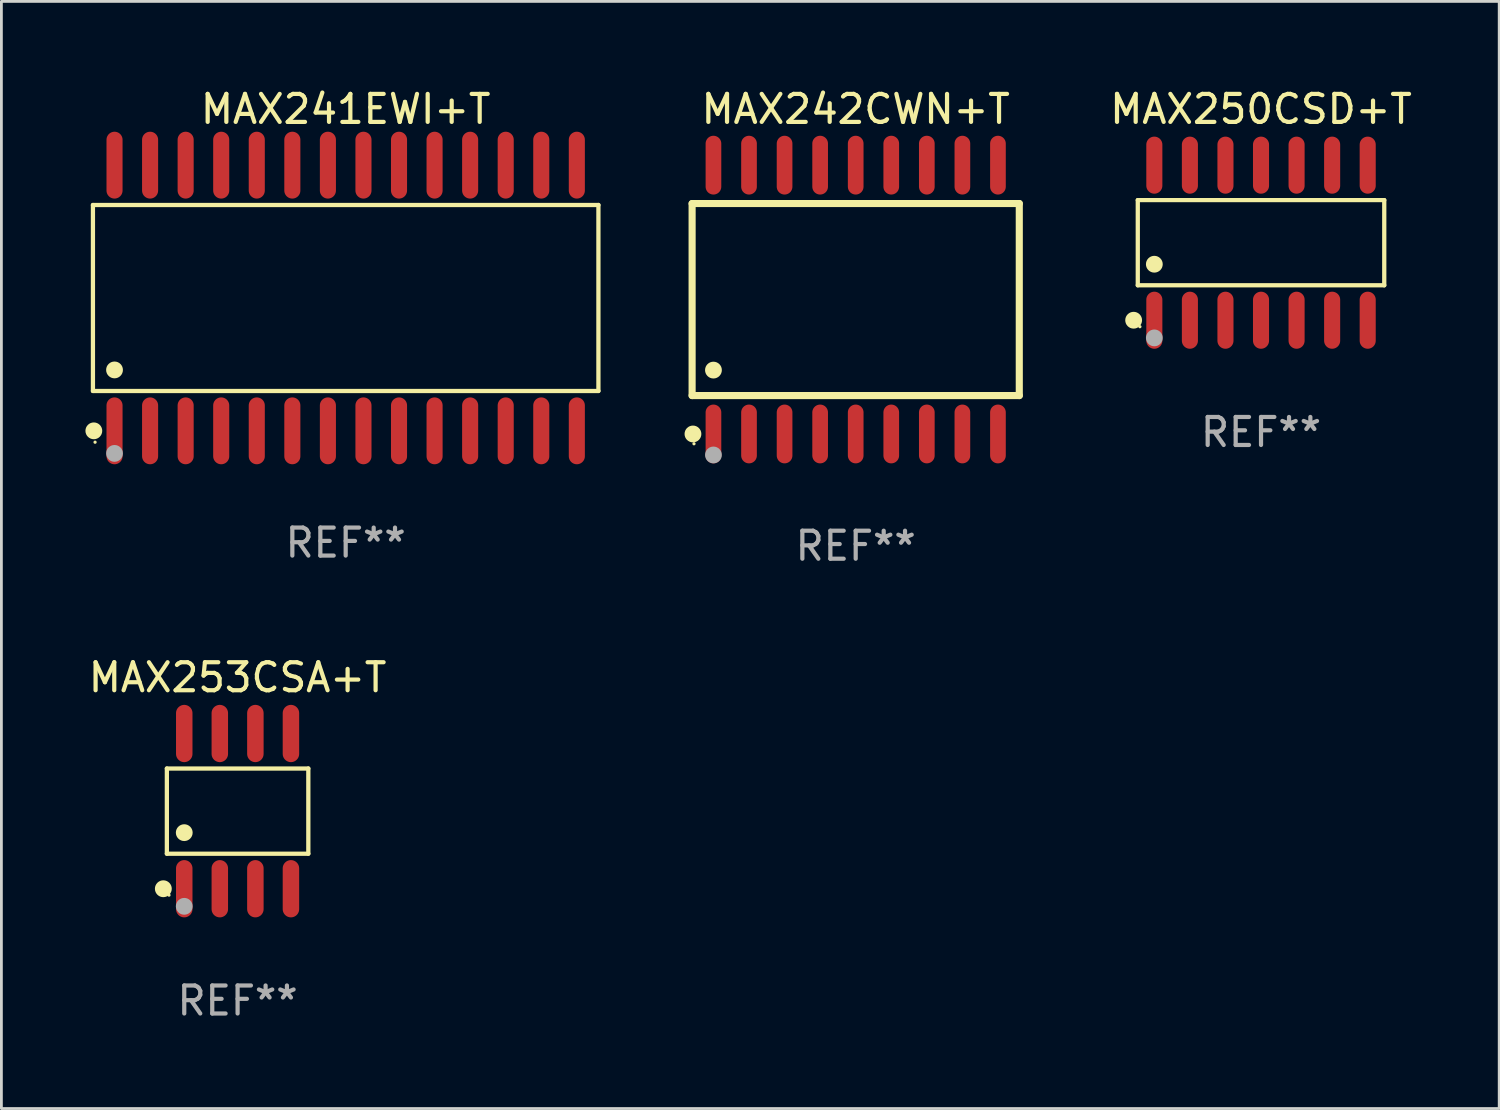
<source format=kicad_pcb>
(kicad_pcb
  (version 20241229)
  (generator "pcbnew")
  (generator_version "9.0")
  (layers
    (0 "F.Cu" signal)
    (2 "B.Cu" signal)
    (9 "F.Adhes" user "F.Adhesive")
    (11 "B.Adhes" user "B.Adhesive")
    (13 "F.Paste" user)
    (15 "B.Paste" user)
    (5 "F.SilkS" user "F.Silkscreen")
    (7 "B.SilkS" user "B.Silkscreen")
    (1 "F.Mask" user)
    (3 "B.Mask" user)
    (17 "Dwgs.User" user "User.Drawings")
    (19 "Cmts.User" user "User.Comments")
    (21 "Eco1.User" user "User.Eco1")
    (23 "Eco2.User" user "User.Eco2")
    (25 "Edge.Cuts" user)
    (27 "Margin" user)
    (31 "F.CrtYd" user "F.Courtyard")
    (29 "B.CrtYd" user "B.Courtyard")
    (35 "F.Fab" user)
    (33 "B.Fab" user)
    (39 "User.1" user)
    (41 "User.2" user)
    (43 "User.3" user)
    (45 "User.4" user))
  (footprint "MAX253CSA+T"
    (layer "F.Cu")
    (at 5.435 25.917)
    (property "Reference" "MAX253CSA+T" (at 0 -4.772 0) (layer "F.SilkS") (effects (font (size 1 1) (thickness 0.15))))
    (attr through_hole)
    (fp_line (start -2.526 -1.521) (end 2.526 -1.521) (stroke (width 0.152) (type solid)) (layer "F.SilkS"))
    (fp_line (start -2.526 1.521) (end -2.526 -1.521) (stroke (width 0.152) (type solid)) (layer "F.SilkS"))
    (fp_line (start 2.526 -1.521) (end 2.526 1.521) (stroke (width 0.152) (type solid)) (layer "F.SilkS"))
    (fp_line (start 2.526 1.521) (end -2.526 1.521) (stroke (width 0.152) (type solid)) (layer "F.SilkS"))
    (fp_circle (center -2.652 2.772) (end -2.501 2.772) (stroke (width 0.3) (type solid)) (fill no) (layer "F.SilkS"))
    (fp_circle (center -2.45 3) (end -2.42 3) (stroke (width 0.06) (type solid)) (fill no) (layer "F.SilkS"))
    (fp_circle (center -1.905 0.769) (end -1.755 0.769) (stroke (width 0.3) (type solid)) (fill no) (layer "F.SilkS"))
    (fp_circle (center -1.905 3.4) (end -1.755 3.4) (stroke (width 0.3) (type solid)) (fill no) (layer "F.Fab"))
    (fp_text user "REF**" (at 0 6.772 0) (layer "F.Fab") (effects (font (size 1 1) (thickness 0.15))))
    (pad "1" smd oval (at -1.905 2.772) (size 0.588 2.045) (layers "F.Cu" "F.Mask" "F.Paste"))
    (pad "2" smd oval (at -0.635 2.772) (size 0.588 2.045) (layers "F.Cu" "F.Mask" "F.Paste"))
    (pad "3" smd oval (at 0.635 2.772) (size 0.588 2.045) (layers "F.Cu" "F.Mask" "F.Paste"))
    (pad "4" smd oval (at 1.905 2.772) (size 0.588 2.045) (layers "F.Cu" "F.Mask" "F.Paste"))
    (pad "5" smd oval (at 1.905 -2.772) (size 0.588 2.045) (layers "F.Cu" "F.Mask" "F.Paste"))
    (pad "6" smd oval (at 0.635 -2.772) (size 0.588 2.045) (layers "F.Cu" "F.Mask" "F.Paste"))
    (pad "7" smd oval (at -0.635 -2.772) (size 0.588 2.045) (layers "F.Cu" "F.Mask" "F.Paste"))
    (pad "8" smd oval (at -1.905 -2.772) (size 0.588 2.045) (layers "F.Cu" "F.Mask" "F.Paste")))
  (footprint "MAX241EWI+T"
    (layer "F.Cu")
    (at 9.295 7.592)
    (property "Reference" "MAX241EWI+T" (at 0 -6.744 0) (layer "F.SilkS") (effects (font (size 1 1) (thickness 0.15))))
    (attr through_hole)
    (fp_line (start -9.026 -3.321) (end 9.026 -3.321) (stroke (width 0.152) (type solid)) (layer "F.SilkS"))
    (fp_line (start -9.026 3.321) (end -9.026 -3.321) (stroke (width 0.152) (type solid)) (layer "F.SilkS"))
    (fp_line (start 9.026 -3.321) (end 9.026 3.321) (stroke (width 0.152) (type solid)) (layer "F.SilkS"))
    (fp_line (start 9.026 3.321) (end -9.026 3.321) (stroke (width 0.152) (type solid)) (layer "F.SilkS"))
    (fp_circle (center -8.994 4.744) (end -8.844 4.744) (stroke (width 0.3) (type solid)) (fill no) (layer "F.SilkS"))
    (fp_circle (center -8.95 5.15) (end -8.92 5.15) (stroke (width 0.06) (type solid)) (fill no) (layer "F.SilkS"))
    (fp_circle (center -8.255 2.569) (end -8.105 2.569) (stroke (width 0.3) (type solid)) (fill no) (layer "F.SilkS"))
    (fp_circle (center -8.255 5.55) (end -8.105 5.55) (stroke (width 0.3) (type solid)) (fill no) (layer "F.Fab"))
    (fp_text user "REF**" (at 0 8.744 0) (layer "F.Fab") (effects (font (size 1 1) (thickness 0.15))))
    (pad "1" smd oval (at -8.255 4.744) (size 0.574 2.388) (layers "F.Cu" "F.Mask" "F.Paste"))
    (pad "2" smd oval (at -6.985 4.744) (size 0.574 2.388) (layers "F.Cu" "F.Mask" "F.Paste"))
    (pad "3" smd oval (at -5.715 4.744) (size 0.574 2.388) (layers "F.Cu" "F.Mask" "F.Paste"))
    (pad "4" smd oval (at -4.445 4.744) (size 0.574 2.388) (layers "F.Cu" "F.Mask" "F.Paste"))
    (pad "5" smd oval (at -3.175 4.744) (size 0.574 2.388) (layers "F.Cu" "F.Mask" "F.Paste"))
    (pad "6" smd oval (at -1.905 4.744) (size 0.574 2.388) (layers "F.Cu" "F.Mask" "F.Paste"))
    (pad "7" smd oval (at -0.635 4.744) (size 0.574 2.388) (layers "F.Cu" "F.Mask" "F.Paste"))
    (pad "8" smd oval (at 0.635 4.744) (size 0.574 2.388) (layers "F.Cu" "F.Mask" "F.Paste"))
    (pad "9" smd oval (at 1.905 4.744) (size 0.574 2.388) (layers "F.Cu" "F.Mask" "F.Paste"))
    (pad "10" smd oval (at 3.175 4.744) (size 0.574 2.388) (layers "F.Cu" "F.Mask" "F.Paste"))
    (pad "11" smd oval (at 4.445 4.744) (size 0.574 2.388) (layers "F.Cu" "F.Mask" "F.Paste"))
    (pad "12" smd oval (at 5.715 4.744) (size 0.574 2.388) (layers "F.Cu" "F.Mask" "F.Paste"))
    (pad "13" smd oval (at 6.985 4.744) (size 0.574 2.388) (layers "F.Cu" "F.Mask" "F.Paste"))
    (pad "14" smd oval (at 8.255 4.744) (size 0.574 2.388) (layers "F.Cu" "F.Mask" "F.Paste"))
    (pad "15" smd oval (at 8.255 -4.744) (size 0.574 2.388) (layers "F.Cu" "F.Mask" "F.Paste"))
    (pad "16" smd oval (at 6.985 -4.744) (size 0.574 2.388) (layers "F.Cu" "F.Mask" "F.Paste"))
    (pad "17" smd oval (at 5.715 -4.744) (size 0.574 2.388) (layers "F.Cu" "F.Mask" "F.Paste"))
    (pad "18" smd oval (at 4.445 -4.744) (size 0.574 2.388) (layers "F.Cu" "F.Mask" "F.Paste"))
    (pad "19" smd oval (at 3.175 -4.744) (size 0.574 2.388) (layers "F.Cu" "F.Mask" "F.Paste"))
    (pad "20" smd oval (at 1.905 -4.744) (size 0.574 2.388) (layers "F.Cu" "F.Mask" "F.Paste"))
    (pad "21" smd oval (at 0.635 -4.744) (size 0.574 2.388) (layers "F.Cu" "F.Mask" "F.Paste"))
    (pad "22" smd oval (at -0.635 -4.744) (size 0.574 2.388) (layers "F.Cu" "F.Mask" "F.Paste"))
    (pad "23" smd oval (at -1.905 -4.744) (size 0.574 2.388) (layers "F.Cu" "F.Mask" "F.Paste"))
    (pad "24" smd oval (at -3.175 -4.744) (size 0.574 2.388) (layers "F.Cu" "F.Mask" "F.Paste"))
    (pad "25" smd oval (at -4.445 -4.744) (size 0.574 2.388) (layers "F.Cu" "F.Mask" "F.Paste"))
    (pad "26" smd oval (at -5.715 -4.744) (size 0.574 2.388) (layers "F.Cu" "F.Mask" "F.Paste"))
    (pad "27" smd oval (at -6.985 -4.744) (size 0.574 2.388) (layers "F.Cu" "F.Mask" "F.Paste"))
    (pad "28" smd oval (at -8.255 -4.744) (size 0.574 2.388) (layers "F.Cu" "F.Mask" "F.Paste")))
  (footprint "MAX242CWN+T"
    (layer "F.Cu")
    (at 27.509 7.648)
    (property "Reference" "MAX242CWN+T" (at 0 -6.8 0) (layer "F.SilkS") (effects (font (size 1 1) (thickness 0.15))))
    (attr through_hole)
    (fp_line (start -5.842 -3.429) (end -5.842 3.429) (stroke (width 0.254) (type solid)) (layer "F.SilkS"))
    (fp_line (start -5.842 3.429) (end 5.842 3.429) (stroke (width 0.254) (type solid)) (layer "F.SilkS"))
    (fp_line (start 5.842 -3.429) (end -5.842 -3.429) (stroke (width 0.254) (type solid)) (layer "F.SilkS"))
    (fp_line (start 5.842 3.429) (end 5.842 -3.429) (stroke (width 0.254) (type solid)) (layer "F.SilkS"))
    (fp_circle (center -5.812 4.8) (end -5.662 4.8) (stroke (width 0.3) (type solid)) (fill no) (layer "F.SilkS"))
    (fp_circle (center -5.775 5.15) (end -5.745 5.15) (stroke (width 0.06) (type solid)) (fill no) (layer "F.SilkS"))
    (fp_circle (center -5.08 2.519) (end -4.93 2.519) (stroke (width 0.3) (type solid)) (fill no) (layer "F.SilkS"))
    (fp_circle (center -5.08 5.55) (end -4.93 5.55) (stroke (width 0.3) (type solid)) (fill no) (layer "F.Fab"))
    (fp_text user "REF**" (at 0 8.8 0) (layer "F.Fab") (effects (font (size 1 1) (thickness 0.15))))
    (pad "1" smd oval (at -5.08 4.8) (size 0.56 2.1) (layers "F.Cu" "F.Mask" "F.Paste"))
    (pad "2" smd oval (at -3.81 4.8) (size 0.56 2.1) (layers "F.Cu" "F.Mask" "F.Paste"))
    (pad "3" smd oval (at -2.54 4.8) (size 0.56 2.1) (layers "F.Cu" "F.Mask" "F.Paste"))
    (pad "4" smd oval (at -1.27 4.8) (size 0.56 2.1) (layers "F.Cu" "F.Mask" "F.Paste"))
    (pad "5" smd oval (at 0 4.8) (size 0.56 2.1) (layers "F.Cu" "F.Mask" "F.Paste"))
    (pad "6" smd oval (at 1.27 4.8) (size 0.56 2.1) (layers "F.Cu" "F.Mask" "F.Paste"))
    (pad "7" smd oval (at 2.54 4.8) (size 0.56 2.1) (layers "F.Cu" "F.Mask" "F.Paste"))
    (pad "8" smd oval (at 3.81 4.8) (size 0.56 2.1) (layers "F.Cu" "F.Mask" "F.Paste"))
    (pad "9" smd oval (at 5.08 4.8) (size 0.56 2.1) (layers "F.Cu" "F.Mask" "F.Paste"))
    (pad "10" smd oval (at 5.08 -4.8) (size 0.56 2.1) (layers "F.Cu" "F.Mask" "F.Paste"))
    (pad "11" smd oval (at 3.81 -4.8) (size 0.56 2.1) (layers "F.Cu" "F.Mask" "F.Paste"))
    (pad "12" smd oval (at 2.54 -4.8) (size 0.56 2.1) (layers "F.Cu" "F.Mask" "F.Paste"))
    (pad "13" smd oval (at 1.27 -4.8) (size 0.56 2.1) (layers "F.Cu" "F.Mask" "F.Paste"))
    (pad "14" smd oval (at 0 -4.8) (size 0.56 2.1) (layers "F.Cu" "F.Mask" "F.Paste"))
    (pad "15" smd oval (at -1.27 -4.8) (size 0.56 2.1) (layers "F.Cu" "F.Mask" "F.Paste"))
    (pad "16" smd oval (at -2.54 -4.8) (size 0.56 2.1) (layers "F.Cu" "F.Mask" "F.Paste"))
    (pad "17" smd oval (at -3.81 -4.8) (size 0.56 2.1) (layers "F.Cu" "F.Mask" "F.Paste"))
    (pad "18" smd oval (at -5.08 -4.8) (size 0.56 2.1) (layers "F.Cu" "F.Mask" "F.Paste")))
  (footprint "MAX250CSD+T"
    (layer "F.Cu")
    (at 41.984 5.617)
    (property "Reference" "MAX250CSD+T" (at 0 -4.769 0) (layer "F.SilkS") (effects (font (size 1 1) (thickness 0.15))))
    (attr through_hole)
    (fp_line (start -4.401 -1.521) (end 4.401 -1.521) (stroke (width 0.152) (type solid)) (layer "F.SilkS"))
    (fp_line (start -4.401 1.521) (end -4.401 -1.521) (stroke (width 0.152) (type solid)) (layer "F.SilkS"))
    (fp_line (start 4.401 -1.521) (end 4.401 1.521) (stroke (width 0.152) (type solid)) (layer "F.SilkS"))
    (fp_line (start 4.401 1.521) (end -4.401 1.521) (stroke (width 0.152) (type solid)) (layer "F.SilkS"))
    (fp_circle (center -4.549 2.769) (end -4.399 2.769) (stroke (width 0.3) (type solid)) (fill no) (layer "F.SilkS"))
    (fp_circle (center -4.325 3) (end -4.295 3) (stroke (width 0.06) (type solid)) (fill no) (layer "F.SilkS"))
    (fp_circle (center -3.81 0.769) (end -3.66 0.769) (stroke (width 0.3) (type solid)) (fill no) (layer "F.SilkS"))
    (fp_circle (center -3.81 3.4) (end -3.66 3.4) (stroke (width 0.3) (type solid)) (fill no) (layer "F.Fab"))
    (fp_text user "REF**" (at 0 6.769 0) (layer "F.Fab") (effects (font (size 1 1) (thickness 0.15))))
    (pad "1" smd oval (at -3.81 2.769) (size 0.574 2.038) (layers "F.Cu" "F.Mask" "F.Paste"))
    (pad "2" smd oval (at -2.54 2.769) (size 0.574 2.038) (layers "F.Cu" "F.Mask" "F.Paste"))
    (pad "3" smd oval (at -1.27 2.769) (size 0.574 2.038) (layers "F.Cu" "F.Mask" "F.Paste"))
    (pad "4" smd oval (at 0 2.769) (size 0.574 2.038) (layers "F.Cu" "F.Mask" "F.Paste"))
    (pad "5" smd oval (at 1.27 2.769) (size 0.574 2.038) (layers "F.Cu" "F.Mask" "F.Paste"))
    (pad "6" smd oval (at 2.54 2.769) (size 0.574 2.038) (layers "F.Cu" "F.Mask" "F.Paste"))
    (pad "7" smd oval (at 3.81 2.769) (size 0.574 2.038) (layers "F.Cu" "F.Mask" "F.Paste"))
    (pad "8" smd oval (at 3.81 -2.769) (size 0.574 2.038) (layers "F.Cu" "F.Mask" "F.Paste"))
    (pad "9" smd oval (at 2.54 -2.769) (size 0.574 2.038) (layers "F.Cu" "F.Mask" "F.Paste"))
    (pad "10" smd oval (at 1.27 -2.769) (size 0.574 2.038) (layers "F.Cu" "F.Mask" "F.Paste"))
    (pad "11" smd oval (at 0 -2.769) (size 0.574 2.038) (layers "F.Cu" "F.Mask" "F.Paste"))
    (pad "12" smd oval (at -1.27 -2.769) (size 0.574 2.038) (layers "F.Cu" "F.Mask" "F.Paste"))
    (pad "13" smd oval (at -2.54 -2.769) (size 0.574 2.038) (layers "F.Cu" "F.Mask" "F.Paste"))
    (pad "14" smd oval (at -3.81 -2.769) (size 0.574 2.038) (layers "F.Cu" "F.Mask" "F.Paste")))
  (gr_rect
    (start -3 -3)
    (end 50.49 36.538)
    (stroke (width 0.1) (type default))
    (fill no)
    (layer "Edge.Cuts")))
</source>
